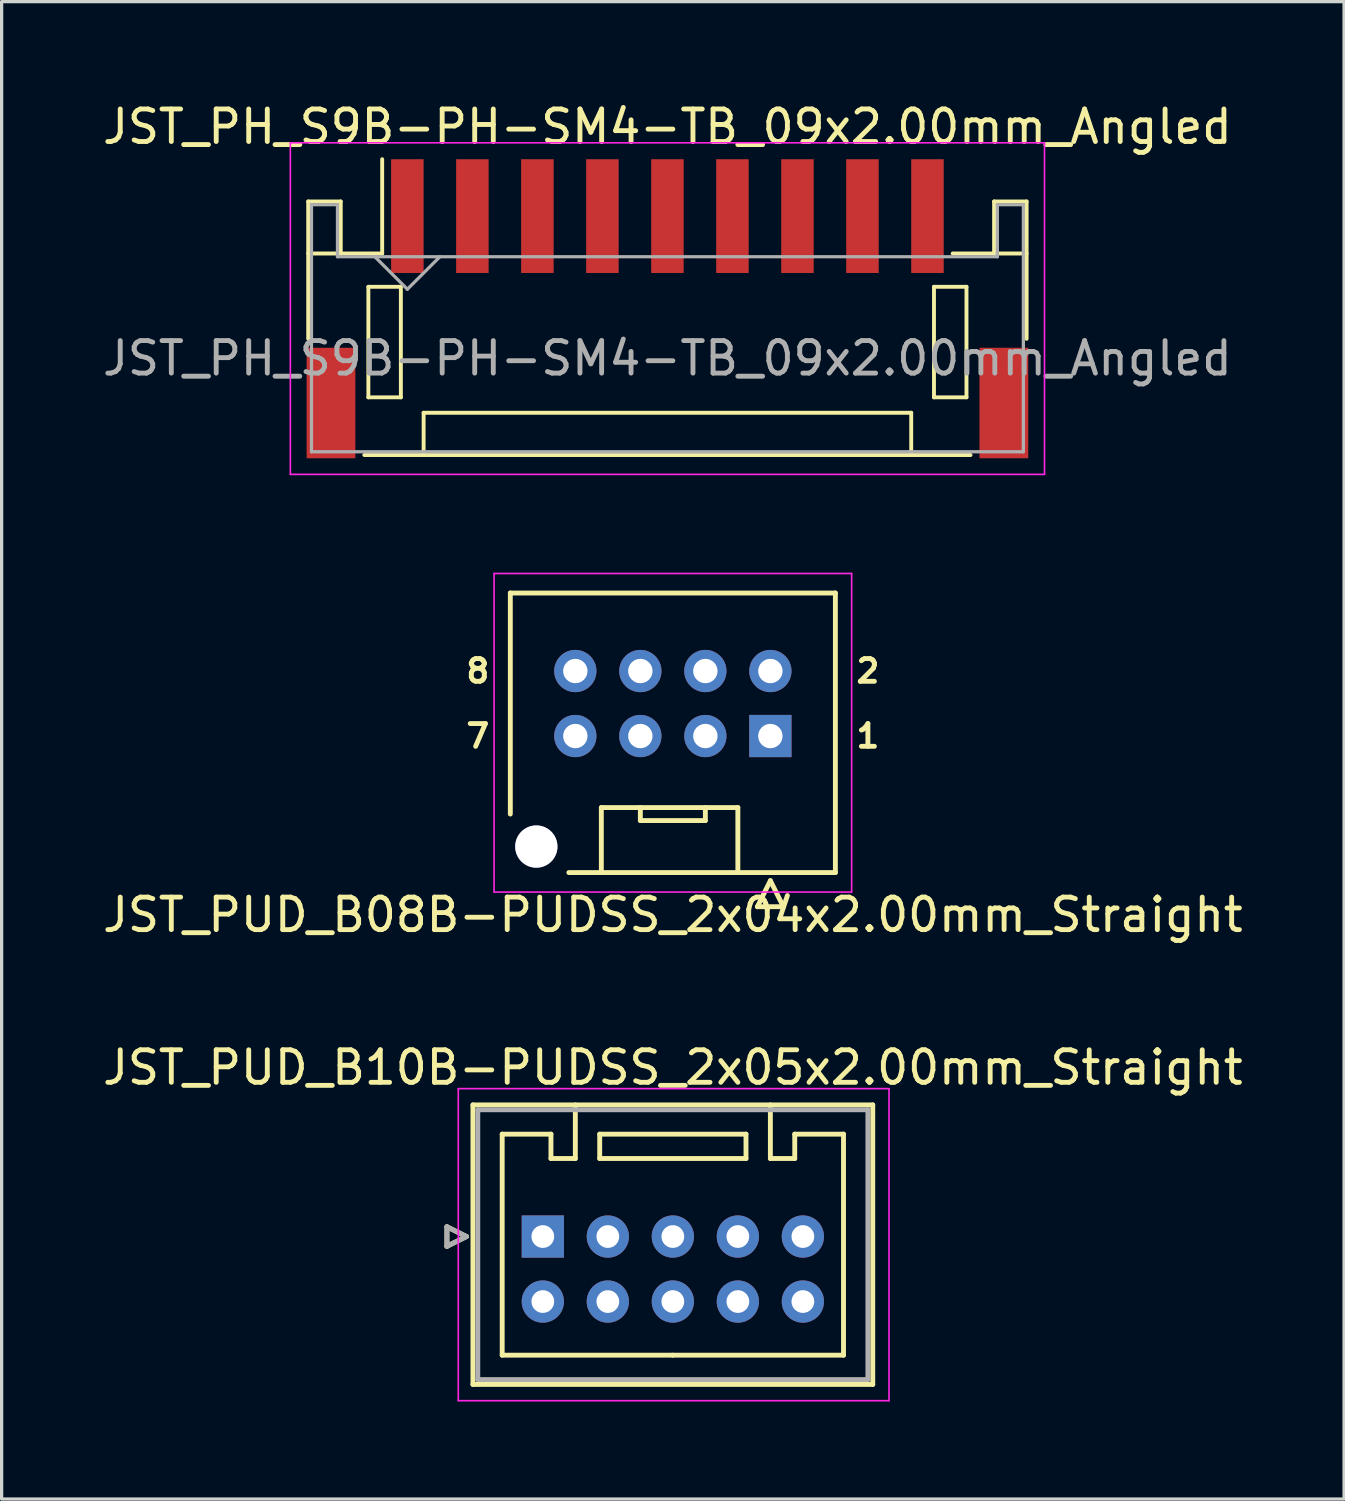
<source format=kicad_pcb>
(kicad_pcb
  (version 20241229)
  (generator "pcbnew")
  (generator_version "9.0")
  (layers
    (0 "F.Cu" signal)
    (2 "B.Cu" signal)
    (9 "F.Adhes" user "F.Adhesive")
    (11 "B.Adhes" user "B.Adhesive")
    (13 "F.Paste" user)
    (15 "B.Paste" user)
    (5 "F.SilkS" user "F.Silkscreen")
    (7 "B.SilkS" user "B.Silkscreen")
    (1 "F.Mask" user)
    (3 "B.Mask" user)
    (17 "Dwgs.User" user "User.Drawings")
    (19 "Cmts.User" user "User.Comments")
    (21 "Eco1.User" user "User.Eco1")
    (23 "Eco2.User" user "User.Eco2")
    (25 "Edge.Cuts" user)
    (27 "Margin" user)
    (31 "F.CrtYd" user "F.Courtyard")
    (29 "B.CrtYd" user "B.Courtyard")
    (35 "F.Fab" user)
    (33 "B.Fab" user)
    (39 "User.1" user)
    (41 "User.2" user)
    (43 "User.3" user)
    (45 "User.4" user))
  (footprint "JST_PUD_B08B-PUDSS_2x04x2.00mm_Straight"
    (layer "F.Cu")
    (at 20.649 19.593)
    (property "Reference" "JST_PUD_B08B-PUDSS_2x04x2.00mm_Straight" (at -3 5.5 0) (layer "F.SilkS") (effects (font (size 1 1) (thickness 0.15))))
    (attr through_hole)
    (fp_line (start -8 -4.4) (end -8 2.4) (stroke (width 0.15) (type solid)) (layer "F.SilkS"))
    (fp_line (start -6.2 4.2) (end 2 4.2) (stroke (width 0.15) (type solid)) (layer "F.SilkS"))
    (fp_line (start -5.2 2.2) (end -5.2 4.2) (stroke (width 0.15) (type solid)) (layer "F.SilkS"))
    (fp_line (start -4 2.6) (end -4 2.2) (stroke (width 0.15) (type solid)) (layer "F.SilkS"))
    (fp_line (start -2 2.2) (end -2 2.6) (stroke (width 0.15) (type solid)) (layer "F.SilkS"))
    (fp_line (start -2 2.6) (end -4 2.6) (stroke (width 0.15) (type solid)) (layer "F.SilkS"))
    (fp_line (start -1 2.2) (end -5.2 2.2) (stroke (width 0.15) (type solid)) (layer "F.SilkS"))
    (fp_line (start -1 4.2) (end -1 2.2) (stroke (width 0.15) (type solid)) (layer "F.SilkS"))
    (fp_line (start -0.4 5.25) (end 0 4.45) (stroke (width 0.15) (type solid)) (layer "F.SilkS"))
    (fp_line (start 0 4.45) (end 0.4 5.25) (stroke (width 0.15) (type solid)) (layer "F.SilkS"))
    (fp_line (start 0.4 5.25) (end -0.4 5.25) (stroke (width 0.15) (type solid)) (layer "F.SilkS"))
    (fp_line (start 2 -4.4) (end -8 -4.4) (stroke (width 0.15) (type solid)) (layer "F.SilkS"))
    (fp_line (start 2 4.2) (end 2 -4.4) (stroke (width 0.15) (type solid)) (layer "F.SilkS"))
    (fp_line (start -8.5 -5) (end 2.5 -5) (stroke (width 0.05) (type solid)) (layer "F.CrtYd"))
    (fp_line (start -8.5 4.8) (end -8.5 -5) (stroke (width 0.05) (type solid)) (layer "F.CrtYd"))
    (fp_line (start 2.5 -5) (end 2.5 4.8) (stroke (width 0.05) (type solid)) (layer "F.CrtYd"))
    (fp_line (start 2.5 4.8) (end -8.5 4.8) (stroke (width 0.05) (type solid)) (layer "F.CrtYd"))
    (fp_text user "1" (at 3 0 0) (layer "F.SilkS") (effects (font (size 0.7 0.7) (thickness 0.15))))
    (fp_text user "7" (at -9 0 0) (layer "F.SilkS") (effects (font (size 0.7 0.7) (thickness 0.15))))
    (fp_text user "2" (at 3 -2 0) (layer "F.SilkS") (effects (font (size 0.7 0.7) (thickness 0.15))))
    (fp_text user "8" (at -9 -2 0) (layer "F.SilkS") (effects (font (size 0.7 0.7) (thickness 0.15))))
    (pad "" thru_hole circle (at -7.2 3.4) (size 1.3 1.3) (drill 1.3) (layers "*.Cu" "*.Mask"))
    (pad "1" thru_hole rect (at 0 0) (size 1.3 1.3) (drill 0.75) (layers "*.Cu" "*.Mask"))
    (pad "2" thru_hole circle (at 0 -2) (size 1.3 1.3) (drill 0.75) (layers "*.Cu" "*.Mask"))
    (pad "3" thru_hole circle (at -2 0) (size 1.3 1.3) (drill 0.75) (layers "*.Cu" "*.Mask"))
    (pad "4" thru_hole circle (at -2 -2) (size 1.3 1.3) (drill 0.75) (layers "*.Cu" "*.Mask"))
    (pad "5" thru_hole circle (at -4 0) (size 1.3 1.3) (drill 0.75) (layers "*.Cu" "*.Mask"))
    (pad "6" thru_hole circle (at -4 -2) (size 1.3 1.3) (drill 0.75) (layers "*.Cu" "*.Mask"))
    (pad "7" thru_hole circle (at -6 0) (size 1.3 1.3) (drill 0.75) (layers "*.Cu" "*.Mask"))
    (pad "8" thru_hole circle (at -6 -2) (size 1.3 1.3) (drill 0.75) (layers "*.Cu" "*.Mask")))
  (footprint "JST_PH_S9B-PH-SM4-TB_09x2.00mm_Angled"
    (layer "F.Cu")
    (at 17.482 6.473)
    (property "Reference" "JST_PH_S9B-PH-SM4-TB_09x2.00mm_Angled" (at 0 -5.625 0) (layer "F.SilkS") (effects (font (size 1 1) (thickness 0.15))))
    (attr smd)
    (fp_line (start -11.05 -3.325) (end -11.05 0.9) (stroke (width 0.12) (type solid)) (layer "F.SilkS"))
    (fp_line (start -11.05 -1.725) (end -10.05 -1.725) (stroke (width 0.12) (type solid)) (layer "F.SilkS"))
    (fp_line (start -10.05 -3.325) (end -11.05 -3.325) (stroke (width 0.12) (type solid)) (layer "F.SilkS"))
    (fp_line (start -10.05 -1.725) (end -10.05 -3.325) (stroke (width 0.12) (type solid)) (layer "F.SilkS"))
    (fp_line (start -9.325 4.475) (end 9.325 4.475) (stroke (width 0.12) (type solid)) (layer "F.SilkS"))
    (fp_line (start -9.2 -0.7) (end -9.2 2.7) (stroke (width 0.12) (type solid)) (layer "F.SilkS"))
    (fp_line (start -9.2 2.7) (end -8.2 2.7) (stroke (width 0.12) (type solid)) (layer "F.SilkS"))
    (fp_line (start -8.775 -1.725) (end -10.05 -1.725) (stroke (width 0.12) (type solid)) (layer "F.SilkS"))
    (fp_line (start -8.775 -1.725) (end -8.775 -4.625) (stroke (width 0.12) (type solid)) (layer "F.SilkS"))
    (fp_line (start -8.2 -0.7) (end -9.2 -0.7) (stroke (width 0.12) (type solid)) (layer "F.SilkS"))
    (fp_line (start -8.2 2.7) (end -8.2 -0.7) (stroke (width 0.12) (type solid)) (layer "F.SilkS"))
    (fp_line (start -7.5 3.175) (end 7.5 3.175) (stroke (width 0.12) (type solid)) (layer "F.SilkS"))
    (fp_line (start -7.5 4.475) (end -7.5 3.175) (stroke (width 0.12) (type solid)) (layer "F.SilkS"))
    (fp_line (start 7.5 3.175) (end 7.5 4.475) (stroke (width 0.12) (type solid)) (layer "F.SilkS"))
    (fp_line (start 8.2 -0.7) (end 9.2 -0.7) (stroke (width 0.12) (type solid)) (layer "F.SilkS"))
    (fp_line (start 8.2 2.7) (end 8.2 -0.7) (stroke (width 0.12) (type solid)) (layer "F.SilkS"))
    (fp_line (start 9.2 -0.7) (end 9.2 2.7) (stroke (width 0.12) (type solid)) (layer "F.SilkS"))
    (fp_line (start 9.2 2.7) (end 8.2 2.7) (stroke (width 0.12) (type solid)) (layer "F.SilkS"))
    (fp_line (start 10.05 -3.325) (end 10.05 -1.725) (stroke (width 0.12) (type solid)) (layer "F.SilkS"))
    (fp_line (start 10.05 -1.725) (end 8.775 -1.725) (stroke (width 0.12) (type solid)) (layer "F.SilkS"))
    (fp_line (start 11.05 -3.325) (end 10.05 -3.325) (stroke (width 0.12) (type solid)) (layer "F.SilkS"))
    (fp_line (start 11.05 -1.725) (end 10.05 -1.725) (stroke (width 0.12) (type solid)) (layer "F.SilkS"))
    (fp_line (start 11.05 0.9) (end 11.05 -3.325) (stroke (width 0.12) (type solid)) (layer "F.SilkS"))
    (fp_line (start -11.6 -5.13) (end -11.6 5.07) (stroke (width 0.05) (type solid)) (layer "F.CrtYd"))
    (fp_line (start -11.6 5.07) (end 11.6 5.07) (stroke (width 0.05) (type solid)) (layer "F.CrtYd"))
    (fp_line (start 11.6 -5.13) (end -11.6 -5.13) (stroke (width 0.05) (type solid)) (layer "F.CrtYd"))
    (fp_line (start 11.6 5.07) (end 11.6 -5.13) (stroke (width 0.05) (type solid)) (layer "F.CrtYd"))
    (fp_line (start -10.95 -3.225) (end -10.95 4.375) (stroke (width 0.1) (type solid)) (layer "F.Fab"))
    (fp_line (start -10.95 4.375) (end 10.95 4.375) (stroke (width 0.1) (type solid)) (layer "F.Fab"))
    (fp_line (start -10.15 -3.225) (end -10.95 -3.225) (stroke (width 0.1) (type solid)) (layer "F.Fab"))
    (fp_line (start -10.15 -1.625) (end -10.15 -3.225) (stroke (width 0.1) (type solid)) (layer "F.Fab"))
    (fp_line (start -9 -1.625) (end -8 -0.625) (stroke (width 0.1) (type solid)) (layer "F.Fab"))
    (fp_line (start -8 -0.625) (end -7 -1.625) (stroke (width 0.1) (type solid)) (layer "F.Fab"))
    (fp_line (start 10.15 -3.225) (end 10.15 -1.625) (stroke (width 0.1) (type solid)) (layer "F.Fab"))
    (fp_line (start 10.15 -1.625) (end -10.15 -1.625) (stroke (width 0.1) (type solid)) (layer "F.Fab"))
    (fp_line (start 10.95 -3.225) (end 10.15 -3.225) (stroke (width 0.1) (type solid)) (layer "F.Fab"))
    (fp_line (start 10.95 4.375) (end 10.95 -3.225) (stroke (width 0.1) (type solid)) (layer "F.Fab"))
    (fp_text user "${REFERENCE}" (at 0 1.5 0) (layer "F.Fab") (effects (font (size 1 1) (thickness 0.15))))
    (pad "" smd rect (at -10.35 2.875) (size 1.5 3.4) (layers "F.Cu" "F.Mask" "F.Paste"))
    (pad "" smd rect (at 10.35 2.875) (size 1.5 3.4) (layers "F.Cu" "F.Mask" "F.Paste"))
    (pad "1" smd rect (at -8 -2.875) (size 1 3.5) (layers "F.Cu" "F.Mask" "F.Paste"))
    (pad "2" smd rect (at -6 -2.875) (size 1 3.5) (layers "F.Cu" "F.Mask" "F.Paste"))
    (pad "3" smd rect (at -4 -2.875) (size 1 3.5) (layers "F.Cu" "F.Mask" "F.Paste"))
    (pad "4" smd rect (at -2 -2.875) (size 1 3.5) (layers "F.Cu" "F.Mask" "F.Paste"))
    (pad "5" smd rect (at 0 -2.875) (size 1 3.5) (layers "F.Cu" "F.Mask" "F.Paste"))
    (pad "6" smd rect (at 2 -2.875) (size 1 3.5) (layers "F.Cu" "F.Mask" "F.Paste"))
    (pad "7" smd rect (at 4 -2.875) (size 1 3.5) (layers "F.Cu" "F.Mask" "F.Paste"))
    (pad "8" smd rect (at 6 -2.875) (size 1 3.5) (layers "F.Cu" "F.Mask" "F.Paste"))
    (pad "9" smd rect (at 8 -2.875) (size 1 3.5) (layers "F.Cu" "F.Mask" "F.Paste")))
  (footprint "JST_PUD_B10B-PUDSS_2x05x2.00mm_Straight"
    (layer "F.Cu")
    (at 13.649 34.99)
    (property "Reference" "JST_PUD_B10B-PUDSS_2x05x2.00mm_Straight" (at 4 -5.2 0) (layer "F.SilkS") (effects (font (size 1 1) (thickness 0.15))))
    (attr through_hole)
    (fp_line (start -2.95 -0.3) (end -2.35 0) (stroke (width 0.15) (type solid)) (layer "F.SilkS"))
    (fp_line (start -2.95 0.3) (end -2.95 -0.3) (stroke (width 0.15) (type solid)) (layer "F.SilkS"))
    (fp_line (start -2.35 0) (end -2.95 0.3) (stroke (width 0.15) (type solid)) (layer "F.SilkS"))
    (fp_line (start -2.15 -4.05) (end -2.15 4.55) (stroke (width 0.15) (type solid)) (layer "F.SilkS"))
    (fp_line (start -2.15 4.55) (end 10.15 4.55) (stroke (width 0.15) (type solid)) (layer "F.SilkS"))
    (fp_line (start -1.25 -3.15) (end -1.25 3.65) (stroke (width 0.15) (type solid)) (layer "F.SilkS"))
    (fp_line (start -1.25 3.65) (end 4 3.65) (stroke (width 0.15) (type solid)) (layer "F.SilkS"))
    (fp_line (start 0.25 -3.15) (end -1.25 -3.15) (stroke (width 0.15) (type solid)) (layer "F.SilkS"))
    (fp_line (start 0.25 -2.4) (end 0.25 -3.15) (stroke (width 0.15) (type solid)) (layer "F.SilkS"))
    (fp_line (start 1 -4.05) (end 1 -2.4) (stroke (width 0.15) (type solid)) (layer "F.SilkS"))
    (fp_line (start 1 -2.4) (end 0.25 -2.4) (stroke (width 0.15) (type solid)) (layer "F.SilkS"))
    (fp_line (start 1.75 -3.15) (end 1.75 -2.4) (stroke (width 0.15) (type solid)) (layer "F.SilkS"))
    (fp_line (start 1.75 -2.4) (end 6.25 -2.4) (stroke (width 0.15) (type solid)) (layer "F.SilkS"))
    (fp_line (start 6.25 -3.15) (end 1.75 -3.15) (stroke (width 0.15) (type solid)) (layer "F.SilkS"))
    (fp_line (start 6.25 -2.4) (end 6.25 -3.15) (stroke (width 0.15) (type solid)) (layer "F.SilkS"))
    (fp_line (start 7 -4.05) (end 7 -2.4) (stroke (width 0.15) (type solid)) (layer "F.SilkS"))
    (fp_line (start 7 -2.4) (end 7.75 -2.4) (stroke (width 0.15) (type solid)) (layer "F.SilkS"))
    (fp_line (start 7.75 -3.15) (end 9.25 -3.15) (stroke (width 0.15) (type solid)) (layer "F.SilkS"))
    (fp_line (start 7.75 -2.4) (end 7.75 -3.15) (stroke (width 0.15) (type solid)) (layer "F.SilkS"))
    (fp_line (start 9.25 -3.15) (end 9.25 3.65) (stroke (width 0.15) (type solid)) (layer "F.SilkS"))
    (fp_line (start 9.25 3.65) (end 4 3.65) (stroke (width 0.15) (type solid)) (layer "F.SilkS"))
    (fp_line (start 10.15 -4.05) (end -2.15 -4.05) (stroke (width 0.15) (type solid)) (layer "F.SilkS"))
    (fp_line (start 10.15 4.55) (end 10.15 -4.05) (stroke (width 0.15) (type solid)) (layer "F.SilkS"))
    (fp_line (start -2.6 -4.55) (end -2.6 5.05) (stroke (width 0.05) (type solid)) (layer "F.CrtYd"))
    (fp_line (start -2.6 5.05) (end 10.65 5.05) (stroke (width 0.05) (type solid)) (layer "F.CrtYd"))
    (fp_line (start 10.65 -4.55) (end -2.6 -4.55) (stroke (width 0.05) (type solid)) (layer "F.CrtYd"))
    (fp_line (start 10.65 5.05) (end 10.65 -4.55) (stroke (width 0.05) (type solid)) (layer "F.CrtYd"))
    (fp_line (start -2.95 -0.3) (end -2.35 0) (stroke (width 0.15) (type solid)) (layer "F.Fab"))
    (fp_line (start -2.95 0.3) (end -2.95 -0.3) (stroke (width 0.15) (type solid)) (layer "F.Fab"))
    (fp_line (start -2.35 0) (end -2.95 0.3) (stroke (width 0.15) (type solid)) (layer "F.Fab"))
    (fp_line (start -2 -3.9) (end -2 4.4) (stroke (width 0.15) (type solid)) (layer "F.Fab"))
    (fp_line (start -2 4.4) (end 10 4.4) (stroke (width 0.15) (type solid)) (layer "F.Fab"))
    (fp_line (start 10 -3.9) (end -2 -3.9) (stroke (width 0.15) (type solid)) (layer "F.Fab"))
    (fp_line (start 10 4.4) (end 10 -3.9) (stroke (width 0.15) (type solid)) (layer "F.Fab"))
    (pad "1" thru_hole rect (at 0 0) (size 1.3 1.3) (drill 0.7) (layers "*.Cu" "*.Mask"))
    (pad "2" thru_hole circle (at 0 2) (size 1.3 1.3) (drill 0.7) (layers "*.Cu" "*.Mask"))
    (pad "3" thru_hole circle (at 2 0) (size 1.3 1.3) (drill 0.7) (layers "*.Cu" "*.Mask"))
    (pad "4" thru_hole circle (at 2 2) (size 1.3 1.3) (drill 0.7) (layers "*.Cu" "*.Mask"))
    (pad "5" thru_hole circle (at 4 0) (size 1.3 1.3) (drill 0.7) (layers "*.Cu" "*.Mask"))
    (pad "6" thru_hole circle (at 4 2) (size 1.3 1.3) (drill 0.7) (layers "*.Cu" "*.Mask"))
    (pad "7" thru_hole circle (at 6 0) (size 1.3 1.3) (drill 0.7) (layers "*.Cu" "*.Mask"))
    (pad "8" thru_hole circle (at 6 2) (size 1.3 1.3) (drill 0.7) (layers "*.Cu" "*.Mask"))
    (pad "9" thru_hole circle (at 8 0) (size 1.3 1.3) (drill 0.7) (layers "*.Cu" "*.Mask"))
    (pad "10" thru_hole circle (at 8 2) (size 1.3 1.3) (drill 0.7) (layers "*.Cu" "*.Mask")))
  (gr_rect
    (start -3 -3)
    (end 38.298 43.065)
    (stroke (width 0.1) (type default))
    (fill no)
    (layer "Edge.Cuts")))
</source>
